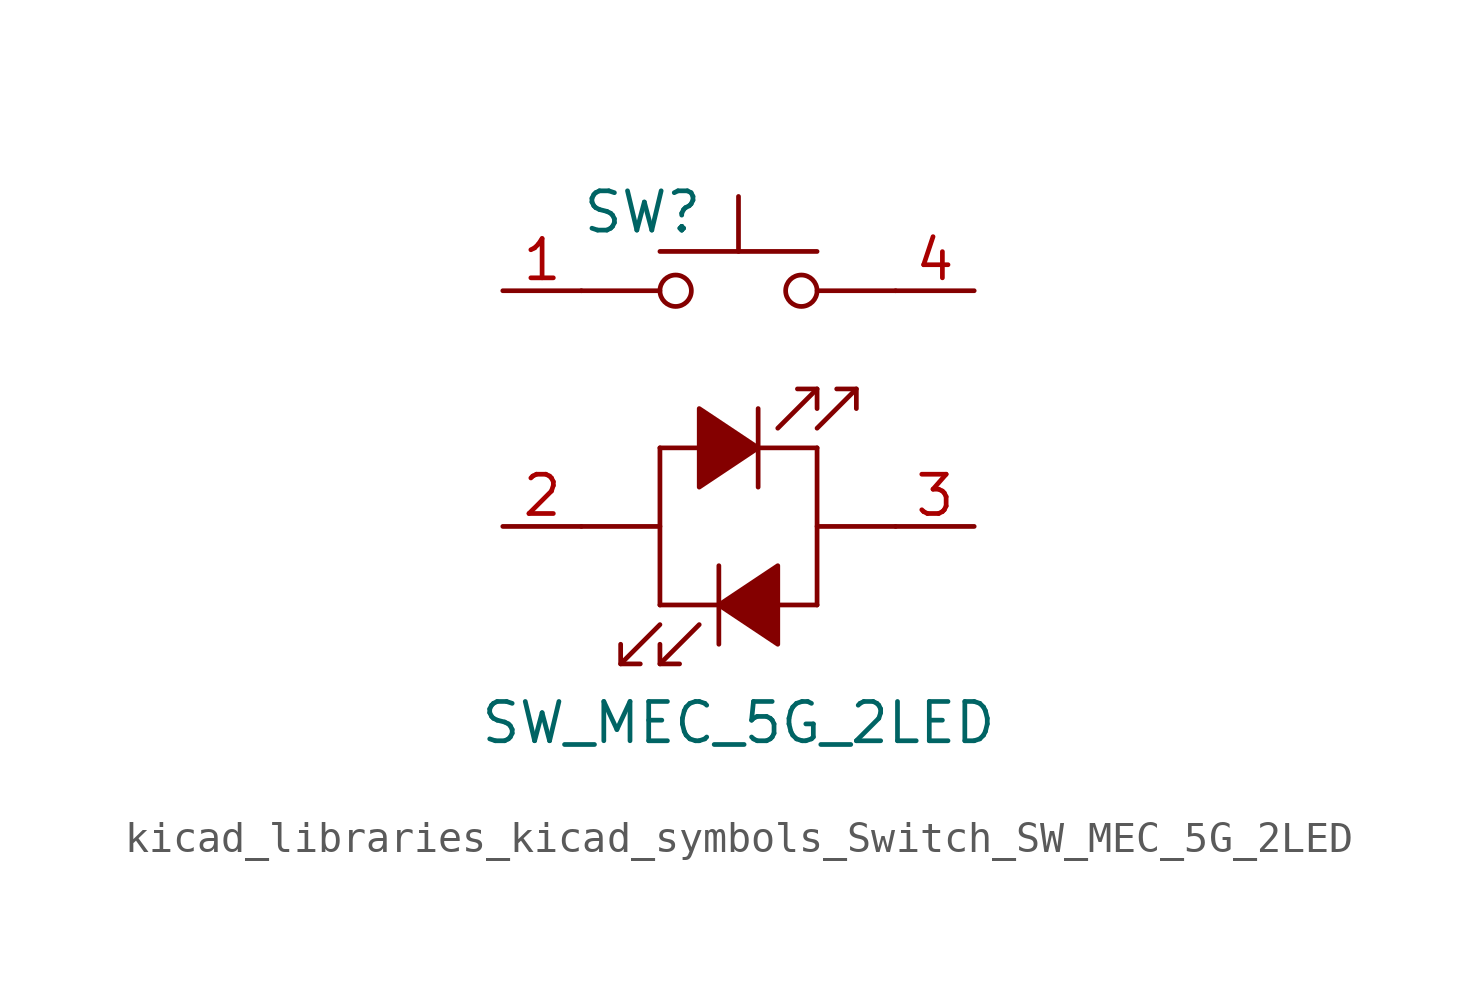
<source format=kicad_sym>
(kicad_symbol_lib
  (version 20220914)
  (generator kicad_symbol_editor)
  (symbol "kicad_libraries_kicad_symbols_Switch_SW_MEC_5G_2LED"
    (pin_names
      (offset 1.016) hide)
    (property "Reference" "SW"
      (at -5.08 7.62 0)
      (effects (font (size 1.27 1.27)) (justify left)))
    (property "Value" "SW_MEC_5G_2LED"
      (at 0 -8.89 0)
      (effects (font (size 1.27 1.27))))
    (symbol "kicad_libraries_kicad_symbols_Switch_SW_MEC_5G_2LED_0_0"
      (polyline (pts (xy -5.08 -2.54) (xy -2.54 -2.54)) (stroke (width 0) (type default)) (fill (type none)))
      (polyline (pts (xy -5.08 5.08) (xy -2.54 5.08)) (stroke (width 0) (type default)) (fill (type none)))
      (polyline (pts (xy -3.81 -6.985) (xy -2.54 -5.715)) (stroke (width 0) (type default)) (fill (type none)))
      (polyline (pts (xy -2.54 -6.985) (xy -1.27 -5.715)) (stroke (width 0) (type default)) (fill (type none)))
      (polyline (pts (xy -2.54 -5.08) (xy 2.54 -5.08)) (stroke (width 0) (type default)) (fill (type none)))
      (polyline (pts (xy -2.54 0) (xy -2.54 -5.08)) (stroke (width 0) (type default)) (fill (type none)))
      (polyline (pts (xy -0.635 -3.81) (xy -0.635 -6.35)) (stroke (width 0) (type default)) (fill (type none)))
      (polyline (pts (xy 0.635 1.27) (xy 0.635 -1.27)) (stroke (width 0) (type default)) (fill (type none)))
      (polyline (pts (xy 2.54 0) (xy -2.54 0)) (stroke (width 0) (type default)) (fill (type none)))
      (polyline (pts (xy 2.54 0) (xy 2.54 -5.08)) (stroke (width 0) (type default)) (fill (type none)))
      (polyline (pts (xy 2.54 1.905) (xy 1.27 0.635)) (stroke (width 0) (type default)) (fill (type none)))
      (polyline (pts (xy 2.54 5.08) (xy 5.08 5.08)) (stroke (width 0) (type default)) (fill (type none)))
      (polyline (pts (xy 3.81 1.905) (xy 2.54 0.635)) (stroke (width 0) (type default)) (fill (type none)))
      (polyline (pts (xy 5.08 -2.54) (xy 2.54 -2.54)) (stroke (width 0) (type default)) (fill (type none)))
      (polyline (pts (xy -3.81 -6.35) (xy -3.81 -6.985) (xy -3.175 -6.985)) (stroke (width 0) (type default)) (fill (type none)))
      (polyline (pts (xy -2.54 -6.35) (xy -2.54 -6.985) (xy -1.905 -6.985)) (stroke (width 0) (type default)) (fill (type none)))
      (polyline (pts (xy 2.54 1.27) (xy 2.54 1.905) (xy 1.905 1.905)) (stroke (width 0) (type default)) (fill (type none)))
      (polyline (pts (xy 3.81 1.27) (xy 3.81 1.905) (xy 3.175 1.905)) (stroke (width 0) (type default)) (fill (type none)))
      (polyline (pts (xy -0.635 -5.08) (xy 1.27 -3.81) (xy 1.27 -6.35) (xy -0.635 -5.08)) (stroke (width 0) (type default)) (fill (type outline)))
      (polyline (pts (xy 0.635 0) (xy -1.27 1.27) (xy -1.27 -1.27) (xy 0.635 0)) (stroke (width 0) (type default)) (fill (type outline))))
    (symbol "kicad_libraries_kicad_symbols_Switch_SW_MEC_5G_2LED_0_1"
      (circle (center -2.032 5.08) (radius 0.508) (stroke (width 0) (type default)) (fill (type none)))
      (polyline (pts (xy 0 6.35) (xy 0 8.128)) (stroke (width 0) (type default)) (fill (type none)))
      (polyline (pts (xy 2.54 6.35) (xy -2.54 6.35)) (stroke (width 0) (type default)) (fill (type none)))
      (circle (center 2.032 5.08) (radius 0.508) (stroke (width 0) (type default)) (fill (type none)))
      (pin passive line (at -7.62 5.08 0) (length 2.54) (name "1" (effects (font (size 1.27 1.27)))) (number "1" (effects (font (size 1.27 1.27)))))
      (pin passive line (at -7.62 -2.54 0) (length 2.54) (name "2" (effects (font (size 1.27 1.27)))) (number "2" (effects (font (size 1.27 1.27)))))
      (pin passive line (at 7.62 -2.54 180) (length 2.54) (name "K" (effects (font (size 1.27 1.27)))) (number "3" (effects (font (size 1.27 1.27)))))
      (pin passive line (at 7.62 5.08 180) (length 2.54) (name "A" (effects (font (size 1.27 1.27)))) (number "4" (effects (font (size 1.27 1.27))))))))
</source>
